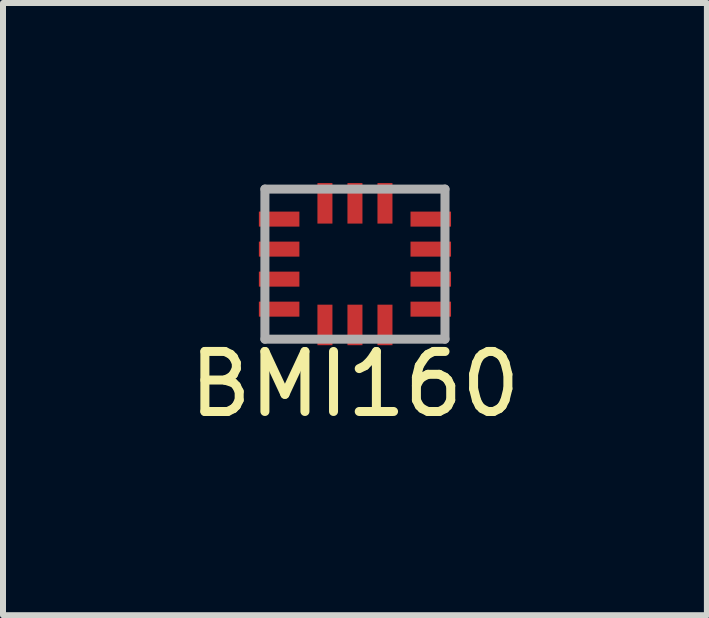
<source format=kicad_pcb>
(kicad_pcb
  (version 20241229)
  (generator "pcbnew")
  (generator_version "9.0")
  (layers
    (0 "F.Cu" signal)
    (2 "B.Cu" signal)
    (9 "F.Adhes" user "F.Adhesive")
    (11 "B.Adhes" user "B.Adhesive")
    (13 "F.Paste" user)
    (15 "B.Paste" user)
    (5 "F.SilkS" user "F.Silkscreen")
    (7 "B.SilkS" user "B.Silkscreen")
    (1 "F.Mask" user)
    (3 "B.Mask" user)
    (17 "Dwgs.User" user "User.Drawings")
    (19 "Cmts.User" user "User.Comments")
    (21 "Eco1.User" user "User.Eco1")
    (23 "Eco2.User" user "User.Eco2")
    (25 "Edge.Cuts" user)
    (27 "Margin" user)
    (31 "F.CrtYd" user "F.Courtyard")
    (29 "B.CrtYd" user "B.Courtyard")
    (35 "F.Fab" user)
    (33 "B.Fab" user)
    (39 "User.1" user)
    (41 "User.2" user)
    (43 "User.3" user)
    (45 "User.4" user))
  (footprint "BMI160"
    (layer "F.Cu")
    (at 2.863 1.35)
    (property "Reference" "BMI160" (at 0 2 0) (layer "F.SilkS") (effects (font (size 1 1) (thickness 0.15))))
    (attr through_hole)
    (fp_line (start -1.5 -1.25) (end -1.5 1.25) (stroke (width 0.15) (type solid)) (layer "F.Fab"))
    (fp_line (start -1.5 1.25) (end 1.5 1.25) (stroke (width 0.15) (type solid)) (layer "F.Fab"))
    (fp_line (start 1.5 -1.25) (end -1.5 -1.25) (stroke (width 0.15) (type solid)) (layer "F.Fab"))
    (fp_line (start 1.5 1.25) (end 1.5 -1.25) (stroke (width 0.15) (type solid)) (layer "F.Fab"))
    (pad "1" smd rect (at -0.925 -0.75 90) (size 0.25 0.675) (drill (offset 0 -0.338)) (layers "F.Cu" "F.Mask" "F.Paste"))
    (pad "2" smd rect (at -0.925 -0.25 90) (size 0.25 0.675) (drill (offset 0 -0.338)) (layers "F.Cu" "F.Mask" "F.Paste"))
    (pad "3" smd rect (at -0.925 0.25 90) (size 0.25 0.675) (drill (offset 0 -0.338)) (layers "F.Cu" "F.Mask" "F.Paste"))
    (pad "4" smd rect (at -0.925 0.75 90) (size 0.25 0.675) (drill (offset 0 -0.338)) (layers "F.Cu" "F.Mask" "F.Paste"))
    (pad "5" smd rect (at -0.5 0.675 180) (size 0.25 0.675) (drill (offset 0 -0.338)) (layers "F.Cu" "F.Mask" "F.Paste"))
    (pad "6" smd rect (at 0 0.675 180) (size 0.25 0.675) (drill (offset 0 -0.338)) (layers "F.Cu" "F.Mask" "F.Paste"))
    (pad "7" smd rect (at 0.5 0.675 180) (size 0.25 0.675) (drill (offset 0 -0.338)) (layers "F.Cu" "F.Mask" "F.Paste"))
    (pad "8" smd rect (at 0.925 0.75 270) (size 0.25 0.675) (drill (offset 0 -0.338)) (layers "F.Cu" "F.Mask" "F.Paste"))
    (pad "9" smd rect (at 0.925 0.25 270) (size 0.25 0.675) (drill (offset 0 -0.338)) (layers "F.Cu" "F.Mask" "F.Paste"))
    (pad "10" smd rect (at 0.925 -0.25 270) (size 0.25 0.675) (drill (offset 0 -0.338)) (layers "F.Cu" "F.Mask" "F.Paste"))
    (pad "11" smd rect (at 0.925 -0.75 270) (size 0.25 0.675) (drill (offset 0 -0.338)) (layers "F.Cu" "F.Mask" "F.Paste"))
    (pad "12" smd rect (at 0.5 -0.675) (size 0.25 0.675) (drill (offset 0 -0.338)) (layers "F.Cu" "F.Mask" "F.Paste"))
    (pad "13" smd rect (at 0 -0.675) (size 0.25 0.675) (drill (offset 0 -0.338)) (layers "F.Cu" "F.Mask" "F.Paste"))
    (pad "14" smd rect (at -0.5 -0.675) (size 0.25 0.675) (drill (offset 0 -0.338)) (layers "F.Cu" "F.Mask" "F.Paste")))
  (gr_rect
    (start -3 -3)
    (end 8.726 7.198)
    (stroke (width 0.1) (type default))
    (fill no)
    (layer "Edge.Cuts")))
</source>
